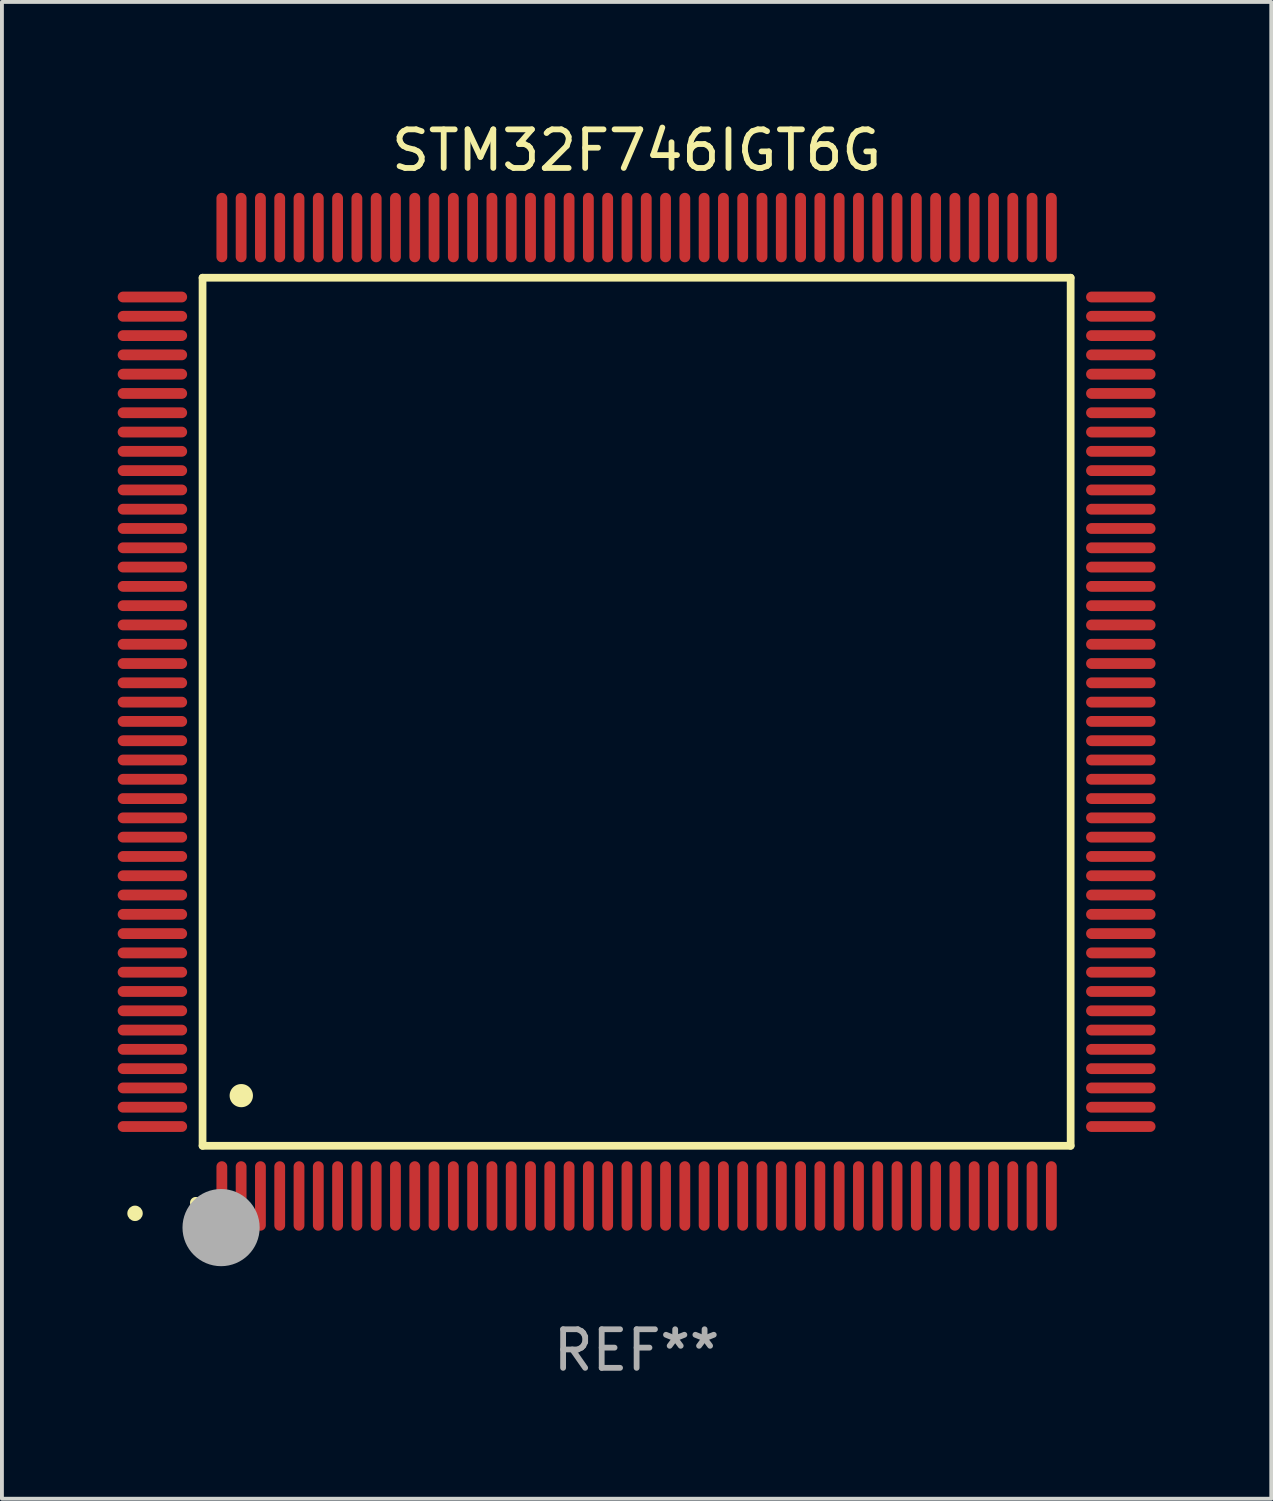
<source format=kicad_pcb>
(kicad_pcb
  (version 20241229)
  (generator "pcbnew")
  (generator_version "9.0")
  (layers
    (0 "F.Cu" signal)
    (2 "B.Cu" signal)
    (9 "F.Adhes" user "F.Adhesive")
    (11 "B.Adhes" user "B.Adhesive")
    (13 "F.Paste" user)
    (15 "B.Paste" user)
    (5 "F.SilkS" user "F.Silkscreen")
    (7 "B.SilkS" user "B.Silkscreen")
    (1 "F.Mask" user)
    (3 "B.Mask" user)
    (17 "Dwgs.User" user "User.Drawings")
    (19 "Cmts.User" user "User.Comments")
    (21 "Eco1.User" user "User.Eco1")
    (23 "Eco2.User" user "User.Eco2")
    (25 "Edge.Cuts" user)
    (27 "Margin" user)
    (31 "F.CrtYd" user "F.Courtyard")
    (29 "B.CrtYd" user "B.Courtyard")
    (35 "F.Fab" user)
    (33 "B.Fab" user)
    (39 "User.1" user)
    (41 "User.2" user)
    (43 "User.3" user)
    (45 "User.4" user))
  (footprint "STM32F746IGT6G"
    (layer "F.Cu")
    (at 13.45 15.398)
    (property "Reference" "STM32F746IGT6G" (at 0 -14.55 0) (layer "F.SilkS") (effects (font (size 1 1) (thickness 0.15))))
    (attr through_hole)
    (fp_line (start -11.25 -11.25) (end 11.25 -11.25) (stroke (width 0.2) (type solid)) (layer "F.SilkS"))
    (fp_line (start -11.25 11.25) (end -11.25 -11.25) (stroke (width 0.2) (type solid)) (layer "F.SilkS"))
    (fp_line (start 11.25 -11.25) (end 11.25 11.25) (stroke (width 0.2) (type solid)) (layer "F.SilkS"))
    (fp_line (start 11.25 11.25) (end -11.25 11.25) (stroke (width 0.2) (type solid)) (layer "F.SilkS"))
    (fp_arc (start -11.424943 12.725425) (mid -11.423673 12.72542) (end -11.422403 12.725425) (stroke (width 0.3) (type solid)) (layer "F.SilkS"))
    (fp_arc (start -10.24892 9.9492) (mid -10.24638 9.949189) (end -10.24384 9.9492) (stroke (width 0.6) (type solid)) (layer "F.SilkS"))
    (fp_circle (center -13 13) (end -12.9 13) (stroke (width 0.2) (type solid)) (fill no) (layer "F.SilkS"))
    (fp_circle (center -10.77 13.37) (end -10.27 13.37) (stroke (width 1) (type solid)) (fill no) (layer "F.Fab"))
    (fp_text user "REF**" (at 0 16.55 0) (layer "F.Fab") (effects (font (size 1 1) (thickness 0.15))))
    (pad "1" smd oval (at -10.75 12.55) (size 0.28 1.8) (layers "F.Cu" "F.Mask" "F.Paste"))
    (pad "2" smd oval (at -10.25 12.55) (size 0.28 1.8) (layers "F.Cu" "F.Mask" "F.Paste"))
    (pad "3" smd oval (at -9.75 12.55) (size 0.28 1.8) (layers "F.Cu" "F.Mask" "F.Paste"))
    (pad "4" smd oval (at -9.25 12.55) (size 0.28 1.8) (layers "F.Cu" "F.Mask" "F.Paste"))
    (pad "5" smd oval (at -8.75 12.55) (size 0.28 1.8) (layers "F.Cu" "F.Mask" "F.Paste"))
    (pad "6" smd oval (at -8.25 12.55) (size 0.28 1.8) (layers "F.Cu" "F.Mask" "F.Paste"))
    (pad "7" smd oval (at -7.75 12.55) (size 0.28 1.8) (layers "F.Cu" "F.Mask" "F.Paste"))
    (pad "8" smd oval (at -7.25 12.55) (size 0.28 1.8) (layers "F.Cu" "F.Mask" "F.Paste"))
    (pad "9" smd oval (at -6.75 12.55) (size 0.28 1.8) (layers "F.Cu" "F.Mask" "F.Paste"))
    (pad "10" smd oval (at -6.25 12.55) (size 0.28 1.8) (layers "F.Cu" "F.Mask" "F.Paste"))
    (pad "11" smd oval (at -5.75 12.55) (size 0.28 1.8) (layers "F.Cu" "F.Mask" "F.Paste"))
    (pad "12" smd oval (at -5.25 12.55) (size 0.28 1.8) (layers "F.Cu" "F.Mask" "F.Paste"))
    (pad "13" smd oval (at -4.75 12.55) (size 0.28 1.8) (layers "F.Cu" "F.Mask" "F.Paste"))
    (pad "14" smd oval (at -4.25 12.55) (size 0.28 1.8) (layers "F.Cu" "F.Mask" "F.Paste"))
    (pad "15" smd oval (at -3.75 12.55) (size 0.28 1.8) (layers "F.Cu" "F.Mask" "F.Paste"))
    (pad "16" smd oval (at -3.25 12.55) (size 0.28 1.8) (layers "F.Cu" "F.Mask" "F.Paste"))
    (pad "17" smd oval (at -2.75 12.55) (size 0.28 1.8) (layers "F.Cu" "F.Mask" "F.Paste"))
    (pad "18" smd oval (at -2.25 12.55) (size 0.28 1.8) (layers "F.Cu" "F.Mask" "F.Paste"))
    (pad "19" smd oval (at -1.75 12.55) (size 0.28 1.8) (layers "F.Cu" "F.Mask" "F.Paste"))
    (pad "20" smd oval (at -1.25 12.55) (size 0.28 1.8) (layers "F.Cu" "F.Mask" "F.Paste"))
    (pad "21" smd oval (at -0.75 12.55) (size 0.28 1.8) (layers "F.Cu" "F.Mask" "F.Paste"))
    (pad "22" smd oval (at -0.25 12.55) (size 0.28 1.8) (layers "F.Cu" "F.Mask" "F.Paste"))
    (pad "23" smd oval (at 0.25 12.55) (size 0.28 1.8) (layers "F.Cu" "F.Mask" "F.Paste"))
    (pad "24" smd oval (at 0.75 12.55) (size 0.28 1.8) (layers "F.Cu" "F.Mask" "F.Paste"))
    (pad "25" smd oval (at 1.25 12.55) (size 0.28 1.8) (layers "F.Cu" "F.Mask" "F.Paste"))
    (pad "26" smd oval (at 1.75 12.55) (size 0.28 1.8) (layers "F.Cu" "F.Mask" "F.Paste"))
    (pad "27" smd oval (at 2.25 12.55) (size 0.28 1.8) (layers "F.Cu" "F.Mask" "F.Paste"))
    (pad "28" smd oval (at 2.75 12.55) (size 0.28 1.8) (layers "F.Cu" "F.Mask" "F.Paste"))
    (pad "29" smd oval (at 3.25 12.55) (size 0.28 1.8) (layers "F.Cu" "F.Mask" "F.Paste"))
    (pad "30" smd oval (at 3.75 12.55) (size 0.28 1.8) (layers "F.Cu" "F.Mask" "F.Paste"))
    (pad "31" smd oval (at 4.25 12.55) (size 0.28 1.8) (layers "F.Cu" "F.Mask" "F.Paste"))
    (pad "32" smd oval (at 4.75 12.55) (size 0.28 1.8) (layers "F.Cu" "F.Mask" "F.Paste"))
    (pad "33" smd oval (at 5.25 12.55) (size 0.28 1.8) (layers "F.Cu" "F.Mask" "F.Paste"))
    (pad "34" smd oval (at 5.75 12.55) (size 0.28 1.8) (layers "F.Cu" "F.Mask" "F.Paste"))
    (pad "35" smd oval (at 6.25 12.55) (size 0.28 1.8) (layers "F.Cu" "F.Mask" "F.Paste"))
    (pad "36" smd oval (at 6.75 12.55) (size 0.28 1.8) (layers "F.Cu" "F.Mask" "F.Paste"))
    (pad "37" smd oval (at 7.25 12.55) (size 0.28 1.8) (layers "F.Cu" "F.Mask" "F.Paste"))
    (pad "38" smd oval (at 7.75 12.55) (size 0.28 1.8) (layers "F.Cu" "F.Mask" "F.Paste"))
    (pad "39" smd oval (at 8.25 12.55) (size 0.28 1.8) (layers "F.Cu" "F.Mask" "F.Paste"))
    (pad "40" smd oval (at 8.75 12.55) (size 0.28 1.8) (layers "F.Cu" "F.Mask" "F.Paste"))
    (pad "41" smd oval (at 9.25 12.55) (size 0.28 1.8) (layers "F.Cu" "F.Mask" "F.Paste"))
    (pad "42" smd oval (at 9.75 12.55) (size 0.28 1.8) (layers "F.Cu" "F.Mask" "F.Paste"))
    (pad "43" smd oval (at 10.25 12.55) (size 0.28 1.8) (layers "F.Cu" "F.Mask" "F.Paste"))
    (pad "44" smd oval (at 10.75 12.55) (size 0.28 1.8) (layers "F.Cu" "F.Mask" "F.Paste"))
    (pad "45" smd oval (at 12.55 10.75) (size 1.8 0.28) (layers "F.Cu" "F.Mask" "F.Paste"))
    (pad "46" smd oval (at 12.55 10.25) (size 1.8 0.28) (layers "F.Cu" "F.Mask" "F.Paste"))
    (pad "47" smd oval (at 12.55 9.75) (size 1.8 0.28) (layers "F.Cu" "F.Mask" "F.Paste"))
    (pad "48" smd oval (at 12.55 9.25) (size 1.8 0.28) (layers "F.Cu" "F.Mask" "F.Paste"))
    (pad "49" smd oval (at 12.55 8.75) (size 1.8 0.28) (layers "F.Cu" "F.Mask" "F.Paste"))
    (pad "50" smd oval (at 12.55 8.25) (size 1.8 0.28) (layers "F.Cu" "F.Mask" "F.Paste"))
    (pad "51" smd oval (at 12.55 7.75) (size 1.8 0.28) (layers "F.Cu" "F.Mask" "F.Paste"))
    (pad "52" smd oval (at 12.55 7.25) (size 1.8 0.28) (layers "F.Cu" "F.Mask" "F.Paste"))
    (pad "53" smd oval (at 12.55 6.75) (size 1.8 0.28) (layers "F.Cu" "F.Mask" "F.Paste"))
    (pad "54" smd oval (at 12.55 6.25) (size 1.8 0.28) (layers "F.Cu" "F.Mask" "F.Paste"))
    (pad "55" smd oval (at 12.55 5.75) (size 1.8 0.28) (layers "F.Cu" "F.Mask" "F.Paste"))
    (pad "56" smd oval (at 12.55 5.25) (size 1.8 0.28) (layers "F.Cu" "F.Mask" "F.Paste"))
    (pad "57" smd oval (at 12.55 4.75) (size 1.8 0.28) (layers "F.Cu" "F.Mask" "F.Paste"))
    (pad "58" smd oval (at 12.55 4.25) (size 1.8 0.28) (layers "F.Cu" "F.Mask" "F.Paste"))
    (pad "59" smd oval (at 12.55 3.75) (size 1.8 0.28) (layers "F.Cu" "F.Mask" "F.Paste"))
    (pad "60" smd oval (at 12.55 3.25) (size 1.8 0.28) (layers "F.Cu" "F.Mask" "F.Paste"))
    (pad "61" smd oval (at 12.55 2.75) (size 1.8 0.28) (layers "F.Cu" "F.Mask" "F.Paste"))
    (pad "62" smd oval (at 12.55 2.25) (size 1.8 0.28) (layers "F.Cu" "F.Mask" "F.Paste"))
    (pad "63" smd oval (at 12.55 1.75) (size 1.8 0.28) (layers "F.Cu" "F.Mask" "F.Paste"))
    (pad "64" smd oval (at 12.55 1.25) (size 1.8 0.28) (layers "F.Cu" "F.Mask" "F.Paste"))
    (pad "65" smd oval (at 12.55 0.75) (size 1.8 0.28) (layers "F.Cu" "F.Mask" "F.Paste"))
    (pad "66" smd oval (at 12.55 0.25) (size 1.8 0.28) (layers "F.Cu" "F.Mask" "F.Paste"))
    (pad "67" smd oval (at 12.55 -0.25) (size 1.8 0.28) (layers "F.Cu" "F.Mask" "F.Paste"))
    (pad "68" smd oval (at 12.55 -0.75) (size 1.8 0.28) (layers "F.Cu" "F.Mask" "F.Paste"))
    (pad "69" smd oval (at 12.55 -1.25) (size 1.8 0.28) (layers "F.Cu" "F.Mask" "F.Paste"))
    (pad "70" smd oval (at 12.55 -1.75) (size 1.8 0.28) (layers "F.Cu" "F.Mask" "F.Paste"))
    (pad "71" smd oval (at 12.55 -2.25) (size 1.8 0.28) (layers "F.Cu" "F.Mask" "F.Paste"))
    (pad "72" smd oval (at 12.55 -2.75) (size 1.8 0.28) (layers "F.Cu" "F.Mask" "F.Paste"))
    (pad "73" smd oval (at 12.55 -3.25) (size 1.8 0.28) (layers "F.Cu" "F.Mask" "F.Paste"))
    (pad "74" smd oval (at 12.55 -3.75) (size 1.8 0.28) (layers "F.Cu" "F.Mask" "F.Paste"))
    (pad "75" smd oval (at 12.55 -4.25) (size 1.8 0.28) (layers "F.Cu" "F.Mask" "F.Paste"))
    (pad "76" smd oval (at 12.55 -4.75) (size 1.8 0.28) (layers "F.Cu" "F.Mask" "F.Paste"))
    (pad "77" smd oval (at 12.55 -5.25) (size 1.8 0.28) (layers "F.Cu" "F.Mask" "F.Paste"))
    (pad "78" smd oval (at 12.55 -5.75) (size 1.8 0.28) (layers "F.Cu" "F.Mask" "F.Paste"))
    (pad "79" smd oval (at 12.55 -6.25) (size 1.8 0.28) (layers "F.Cu" "F.Mask" "F.Paste"))
    (pad "80" smd oval (at 12.55 -6.75) (size 1.8 0.28) (layers "F.Cu" "F.Mask" "F.Paste"))
    (pad "81" smd oval (at 12.55 -7.25) (size 1.8 0.28) (layers "F.Cu" "F.Mask" "F.Paste"))
    (pad "82" smd oval (at 12.55 -7.75) (size 1.8 0.28) (layers "F.Cu" "F.Mask" "F.Paste"))
    (pad "83" smd oval (at 12.55 -8.25) (size 1.8 0.28) (layers "F.Cu" "F.Mask" "F.Paste"))
    (pad "84" smd oval (at 12.55 -8.75) (size 1.8 0.28) (layers "F.Cu" "F.Mask" "F.Paste"))
    (pad "85" smd oval (at 12.55 -9.25) (size 1.8 0.28) (layers "F.Cu" "F.Mask" "F.Paste"))
    (pad "86" smd oval (at 12.55 -9.75) (size 1.8 0.28) (layers "F.Cu" "F.Mask" "F.Paste"))
    (pad "87" smd oval (at 12.55 -10.25) (size 1.8 0.28) (layers "F.Cu" "F.Mask" "F.Paste"))
    (pad "88" smd oval (at 12.55 -10.75) (size 1.8 0.28) (layers "F.Cu" "F.Mask" "F.Paste"))
    (pad "89" smd oval (at 10.75 -12.55) (size 0.28 1.8) (layers "F.Cu" "F.Mask" "F.Paste"))
    (pad "90" smd oval (at 10.25 -12.55) (size 0.28 1.8) (layers "F.Cu" "F.Mask" "F.Paste"))
    (pad "91" smd oval (at 9.75 -12.55) (size 0.28 1.8) (layers "F.Cu" "F.Mask" "F.Paste"))
    (pad "92" smd oval (at 9.25 -12.55) (size 0.28 1.8) (layers "F.Cu" "F.Mask" "F.Paste"))
    (pad "93" smd oval (at 8.75 -12.55) (size 0.28 1.8) (layers "F.Cu" "F.Mask" "F.Paste"))
    (pad "94" smd oval (at 8.25 -12.55) (size 0.28 1.8) (layers "F.Cu" "F.Mask" "F.Paste"))
    (pad "95" smd oval (at 7.75 -12.55) (size 0.28 1.8) (layers "F.Cu" "F.Mask" "F.Paste"))
    (pad "96" smd oval (at 7.25 -12.55) (size 0.28 1.8) (layers "F.Cu" "F.Mask" "F.Paste"))
    (pad "97" smd oval (at 6.75 -12.55) (size 0.28 1.8) (layers "F.Cu" "F.Mask" "F.Paste"))
    (pad "98" smd oval (at 6.25 -12.55) (size 0.28 1.8) (layers "F.Cu" "F.Mask" "F.Paste"))
    (pad "99" smd oval (at 5.75 -12.55) (size 0.28 1.8) (layers "F.Cu" "F.Mask" "F.Paste"))
    (pad "100" smd oval (at 5.25 -12.55) (size 0.28 1.8) (layers "F.Cu" "F.Mask" "F.Paste"))
    (pad "101" smd oval (at 4.75 -12.55) (size 0.28 1.8) (layers "F.Cu" "F.Mask" "F.Paste"))
    (pad "102" smd oval (at 4.25 -12.55) (size 0.28 1.8) (layers "F.Cu" "F.Mask" "F.Paste"))
    (pad "103" smd oval (at 3.75 -12.55) (size 0.28 1.8) (layers "F.Cu" "F.Mask" "F.Paste"))
    (pad "104" smd oval (at 3.25 -12.55) (size 0.28 1.8) (layers "F.Cu" "F.Mask" "F.Paste"))
    (pad "105" smd oval (at 2.75 -12.55) (size 0.28 1.8) (layers "F.Cu" "F.Mask" "F.Paste"))
    (pad "106" smd oval (at 2.25 -12.55) (size 0.28 1.8) (layers "F.Cu" "F.Mask" "F.Paste"))
    (pad "107" smd oval (at 1.75 -12.55) (size 0.28 1.8) (layers "F.Cu" "F.Mask" "F.Paste"))
    (pad "108" smd oval (at 1.25 -12.55) (size 0.28 1.8) (layers "F.Cu" "F.Mask" "F.Paste"))
    (pad "109" smd oval (at 0.75 -12.55) (size 0.28 1.8) (layers "F.Cu" "F.Mask" "F.Paste"))
    (pad "110" smd oval (at 0.25 -12.55) (size 0.28 1.8) (layers "F.Cu" "F.Mask" "F.Paste"))
    (pad "111" smd oval (at -0.25 -12.55) (size 0.28 1.8) (layers "F.Cu" "F.Mask" "F.Paste"))
    (pad "112" smd oval (at -0.75 -12.55) (size 0.28 1.8) (layers "F.Cu" "F.Mask" "F.Paste"))
    (pad "113" smd oval (at -1.25 -12.55) (size 0.28 1.8) (layers "F.Cu" "F.Mask" "F.Paste"))
    (pad "114" smd oval (at -1.75 -12.55) (size 0.28 1.8) (layers "F.Cu" "F.Mask" "F.Paste"))
    (pad "115" smd oval (at -2.25 -12.55) (size 0.28 1.8) (layers "F.Cu" "F.Mask" "F.Paste"))
    (pad "116" smd oval (at -2.75 -12.55) (size 0.28 1.8) (layers "F.Cu" "F.Mask" "F.Paste"))
    (pad "117" smd oval (at -3.25 -12.55) (size 0.28 1.8) (layers "F.Cu" "F.Mask" "F.Paste"))
    (pad "118" smd oval (at -3.75 -12.55) (size 0.28 1.8) (layers "F.Cu" "F.Mask" "F.Paste"))
    (pad "119" smd oval (at -4.25 -12.55) (size 0.28 1.8) (layers "F.Cu" "F.Mask" "F.Paste"))
    (pad "120" smd oval (at -4.75 -12.55) (size 0.28 1.8) (layers "F.Cu" "F.Mask" "F.Paste"))
    (pad "121" smd oval (at -5.25 -12.55) (size 0.28 1.8) (layers "F.Cu" "F.Mask" "F.Paste"))
    (pad "122" smd oval (at -5.75 -12.55) (size 0.28 1.8) (layers "F.Cu" "F.Mask" "F.Paste"))
    (pad "123" smd oval (at -6.25 -12.55) (size 0.28 1.8) (layers "F.Cu" "F.Mask" "F.Paste"))
    (pad "124" smd oval (at -6.75 -12.55) (size 0.28 1.8) (layers "F.Cu" "F.Mask" "F.Paste"))
    (pad "125" smd oval (at -7.25 -12.55) (size 0.28 1.8) (layers "F.Cu" "F.Mask" "F.Paste"))
    (pad "126" smd oval (at -7.75 -12.55) (size 0.28 1.8) (layers "F.Cu" "F.Mask" "F.Paste"))
    (pad "127" smd oval (at -8.25 -12.55) (size 0.28 1.8) (layers "F.Cu" "F.Mask" "F.Paste"))
    (pad "128" smd oval (at -8.75 -12.55) (size 0.28 1.8) (layers "F.Cu" "F.Mask" "F.Paste"))
    (pad "129" smd oval (at -9.25 -12.55) (size 0.28 1.8) (layers "F.Cu" "F.Mask" "F.Paste"))
    (pad "130" smd oval (at -9.75 -12.55) (size 0.28 1.8) (layers "F.Cu" "F.Mask" "F.Paste"))
    (pad "131" smd oval (at -10.25 -12.55) (size 0.28 1.8) (layers "F.Cu" "F.Mask" "F.Paste"))
    (pad "132" smd oval (at -10.75 -12.55) (size 0.28 1.8) (layers "F.Cu" "F.Mask" "F.Paste"))
    (pad "133" smd oval (at -12.55 -10.75) (size 1.8 0.28) (layers "F.Cu" "F.Mask" "F.Paste"))
    (pad "134" smd oval (at -12.55 -10.25) (size 1.8 0.28) (layers "F.Cu" "F.Mask" "F.Paste"))
    (pad "135" smd oval (at -12.55 -9.75) (size 1.8 0.28) (layers "F.Cu" "F.Mask" "F.Paste"))
    (pad "136" smd oval (at -12.55 -9.25) (size 1.8 0.28) (layers "F.Cu" "F.Mask" "F.Paste"))
    (pad "137" smd oval (at -12.55 -8.75) (size 1.8 0.28) (layers "F.Cu" "F.Mask" "F.Paste"))
    (pad "138" smd oval (at -12.55 -8.25) (size 1.8 0.28) (layers "F.Cu" "F.Mask" "F.Paste"))
    (pad "139" smd oval (at -12.55 -7.75) (size 1.8 0.28) (layers "F.Cu" "F.Mask" "F.Paste"))
    (pad "140" smd oval (at -12.55 -7.25) (size 1.8 0.28) (layers "F.Cu" "F.Mask" "F.Paste"))
    (pad "141" smd oval (at -12.55 -6.75) (size 1.8 0.28) (layers "F.Cu" "F.Mask" "F.Paste"))
    (pad "142" smd oval (at -12.55 -6.25) (size 1.8 0.28) (layers "F.Cu" "F.Mask" "F.Paste"))
    (pad "143" smd oval (at -12.55 -5.75) (size 1.8 0.28) (layers "F.Cu" "F.Mask" "F.Paste"))
    (pad "144" smd oval (at -12.55 -5.25) (size 1.8 0.28) (layers "F.Cu" "F.Mask" "F.Paste"))
    (pad "145" smd oval (at -12.55 -4.75) (size 1.8 0.28) (layers "F.Cu" "F.Mask" "F.Paste"))
    (pad "146" smd oval (at -12.55 -4.25) (size 1.8 0.28) (layers "F.Cu" "F.Mask" "F.Paste"))
    (pad "147" smd oval (at -12.55 -3.75) (size 1.8 0.28) (layers "F.Cu" "F.Mask" "F.Paste"))
    (pad "148" smd oval (at -12.55 -3.25) (size 1.8 0.28) (layers "F.Cu" "F.Mask" "F.Paste"))
    (pad "149" smd oval (at -12.55 -2.75) (size 1.8 0.28) (layers "F.Cu" "F.Mask" "F.Paste"))
    (pad "150" smd oval (at -12.55 -2.25) (size 1.8 0.28) (layers "F.Cu" "F.Mask" "F.Paste"))
    (pad "151" smd oval (at -12.55 -1.75) (size 1.8 0.28) (layers "F.Cu" "F.Mask" "F.Paste"))
    (pad "152" smd oval (at -12.55 -1.25) (size 1.8 0.28) (layers "F.Cu" "F.Mask" "F.Paste"))
    (pad "153" smd oval (at -12.55 -0.75) (size 1.8 0.28) (layers "F.Cu" "F.Mask" "F.Paste"))
    (pad "154" smd oval (at -12.55 -0.25) (size 1.8 0.28) (layers "F.Cu" "F.Mask" "F.Paste"))
    (pad "155" smd oval (at -12.55 0.25) (size 1.8 0.28) (layers "F.Cu" "F.Mask" "F.Paste"))
    (pad "156" smd oval (at -12.55 0.75) (size 1.8 0.28) (layers "F.Cu" "F.Mask" "F.Paste"))
    (pad "157" smd oval (at -12.55 1.25) (size 1.8 0.28) (layers "F.Cu" "F.Mask" "F.Paste"))
    (pad "158" smd oval (at -12.55 1.75) (size 1.8 0.28) (layers "F.Cu" "F.Mask" "F.Paste"))
    (pad "159" smd oval (at -12.55 2.25) (size 1.8 0.28) (layers "F.Cu" "F.Mask" "F.Paste"))
    (pad "160" smd oval (at -12.55 2.75) (size 1.8 0.28) (layers "F.Cu" "F.Mask" "F.Paste"))
    (pad "161" smd oval (at -12.55 3.25) (size 1.8 0.28) (layers "F.Cu" "F.Mask" "F.Paste"))
    (pad "162" smd oval (at -12.55 3.75) (size 1.8 0.28) (layers "F.Cu" "F.Mask" "F.Paste"))
    (pad "163" smd oval (at -12.55 4.25) (size 1.8 0.28) (layers "F.Cu" "F.Mask" "F.Paste"))
    (pad "164" smd oval (at -12.55 4.75) (size 1.8 0.28) (layers "F.Cu" "F.Mask" "F.Paste"))
    (pad "165" smd oval (at -12.55 5.25) (size 1.8 0.28) (layers "F.Cu" "F.Mask" "F.Paste"))
    (pad "166" smd oval (at -12.55 5.75) (size 1.8 0.28) (layers "F.Cu" "F.Mask" "F.Paste"))
    (pad "167" smd oval (at -12.55 6.25) (size 1.8 0.28) (layers "F.Cu" "F.Mask" "F.Paste"))
    (pad "168" smd oval (at -12.55 6.75) (size 1.8 0.28) (layers "F.Cu" "F.Mask" "F.Paste"))
    (pad "169" smd oval (at -12.55 7.25) (size 1.8 0.28) (layers "F.Cu" "F.Mask" "F.Paste"))
    (pad "170" smd oval (at -12.55 7.75) (size 1.8 0.28) (layers "F.Cu" "F.Mask" "F.Paste"))
    (pad "171" smd oval (at -12.55 8.25) (size 1.8 0.28) (layers "F.Cu" "F.Mask" "F.Paste"))
    (pad "172" smd oval (at -12.55 8.75) (size 1.8 0.28) (layers "F.Cu" "F.Mask" "F.Paste"))
    (pad "173" smd oval (at -12.55 9.25) (size 1.8 0.28) (layers "F.Cu" "F.Mask" "F.Paste"))
    (pad "174" smd oval (at -12.55 9.75) (size 1.8 0.28) (layers "F.Cu" "F.Mask" "F.Paste"))
    (pad "175" smd oval (at -12.55 10.25) (size 1.8 0.28) (layers "F.Cu" "F.Mask" "F.Paste"))
    (pad "176" smd oval (at -12.55 10.75) (size 1.8 0.28) (layers "F.Cu" "F.Mask" "F.Paste")))
  (gr_rect
    (start -3 -3)
    (end 29.9 35.796)
    (stroke (width 0.1) (type default))
    (fill no)
    (layer "Edge.Cuts")))
</source>
